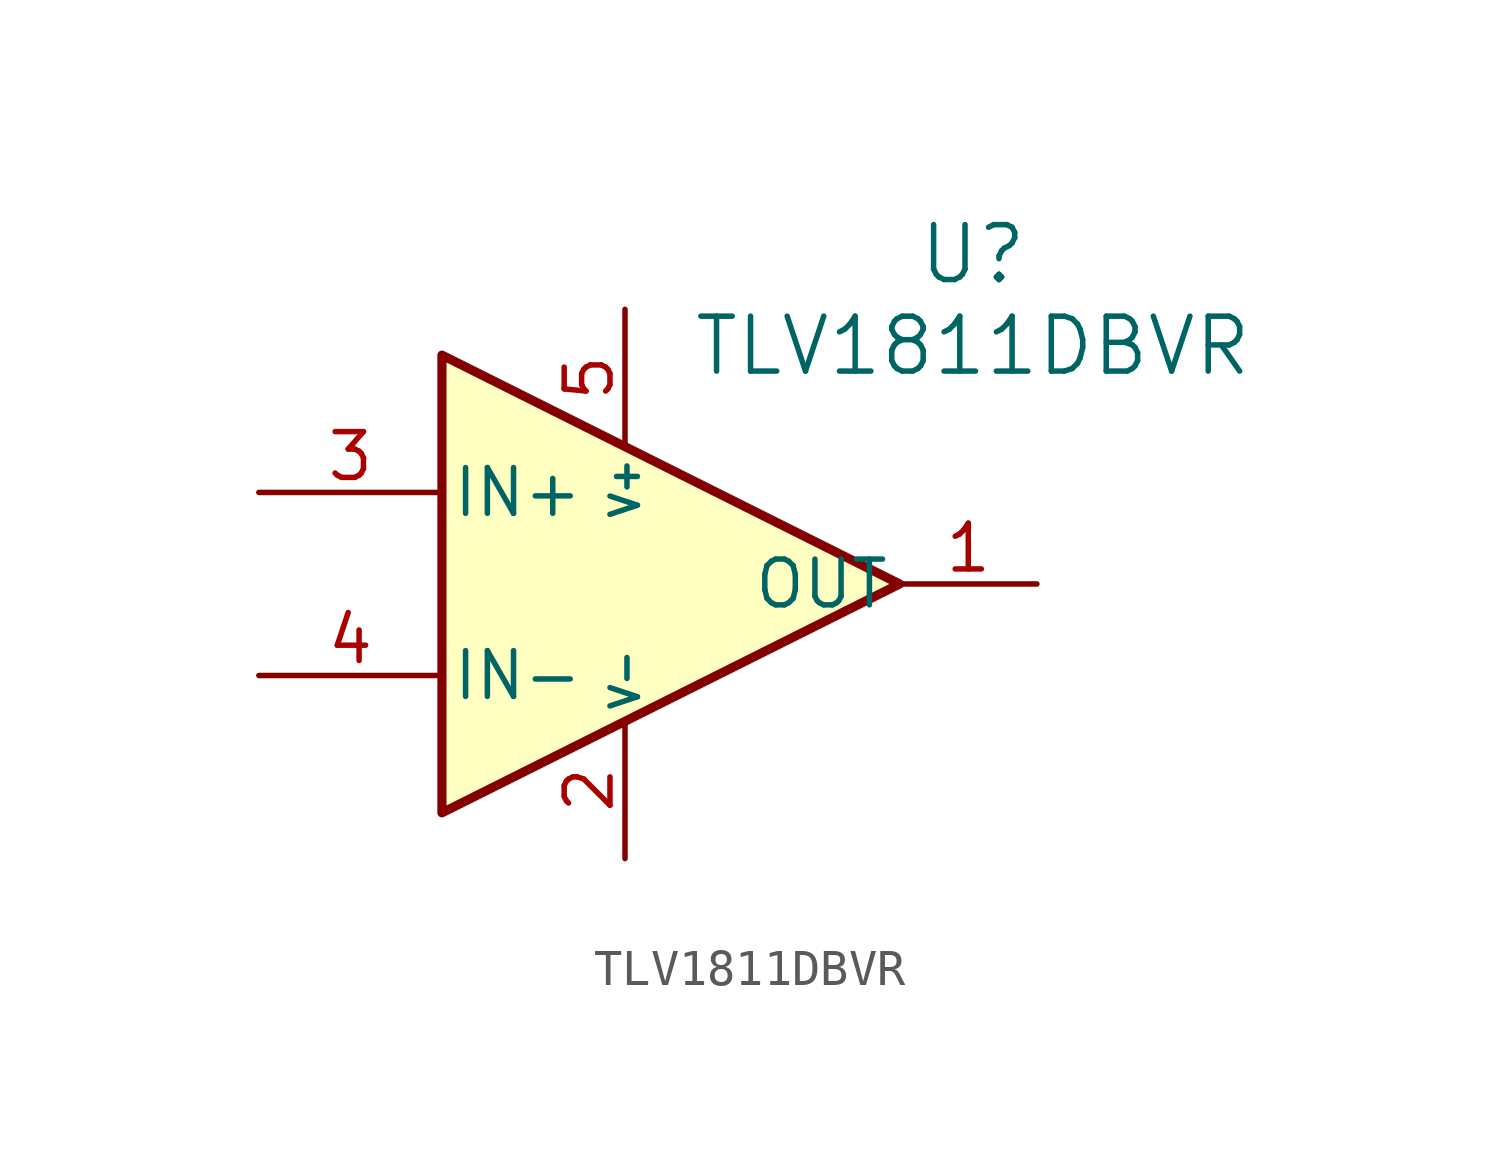
<source format=kicad_sym>
(kicad_symbol_lib
  (version 20231120)
  (generator "kicad_symbol_editor")
  (generator_version "8.0")
  (symbol "TLV1811DBVR"
    (pin_names
      (offset 0.254))
    (property "Reference" "U"
      (at 9.652 9.144 0)
      (effects (font (size 1.524 1.524))))
    (property "Value" "TLV1811DBVR"
      (at 9.652 6.604 0)
      (effects (font (size 1.524 1.524))))
    (symbol "TLV1811DBVR_0_1"
      (polyline (pts (xy -5.08 6.35) (xy -5.08 -6.35) (xy 7.62 0) (xy -5.08 6.35)) (stroke (width 0.254) (type default)) (fill (type background))))
    (symbol "TLV1811DBVR_1_1"
      (pin output line (at 11.43 0 180) (length 3.81) (name "OUT" (effects (font (size 1.27 1.27)))) (number "1" (effects (font (size 1.27 1.27)))))
      (pin power_in line (at 0 -7.62 90) (length 3.81) (name "V-" (effects (font (size 0.762 0.762)))) (number "2" (effects (font (size 1.27 1.27)))))
      (pin input line (at -10.16 2.54 0) (length 5.08) (name "IN+" (effects (font (size 1.27 1.27)))) (number "3" (effects (font (size 1.27 1.27)))))
      (pin input line (at -10.16 -2.54 0) (length 5.08) (name "IN-" (effects (font (size 1.27 1.27)))) (number "4" (effects (font (size 1.27 1.27)))))
      (pin power_in line (at 0 7.62 270) (length 3.81) (name "V+" (effects (font (size 0.762 0.762)))) (number "5" (effects (font (size 1.27 1.27))))))))
</source>
